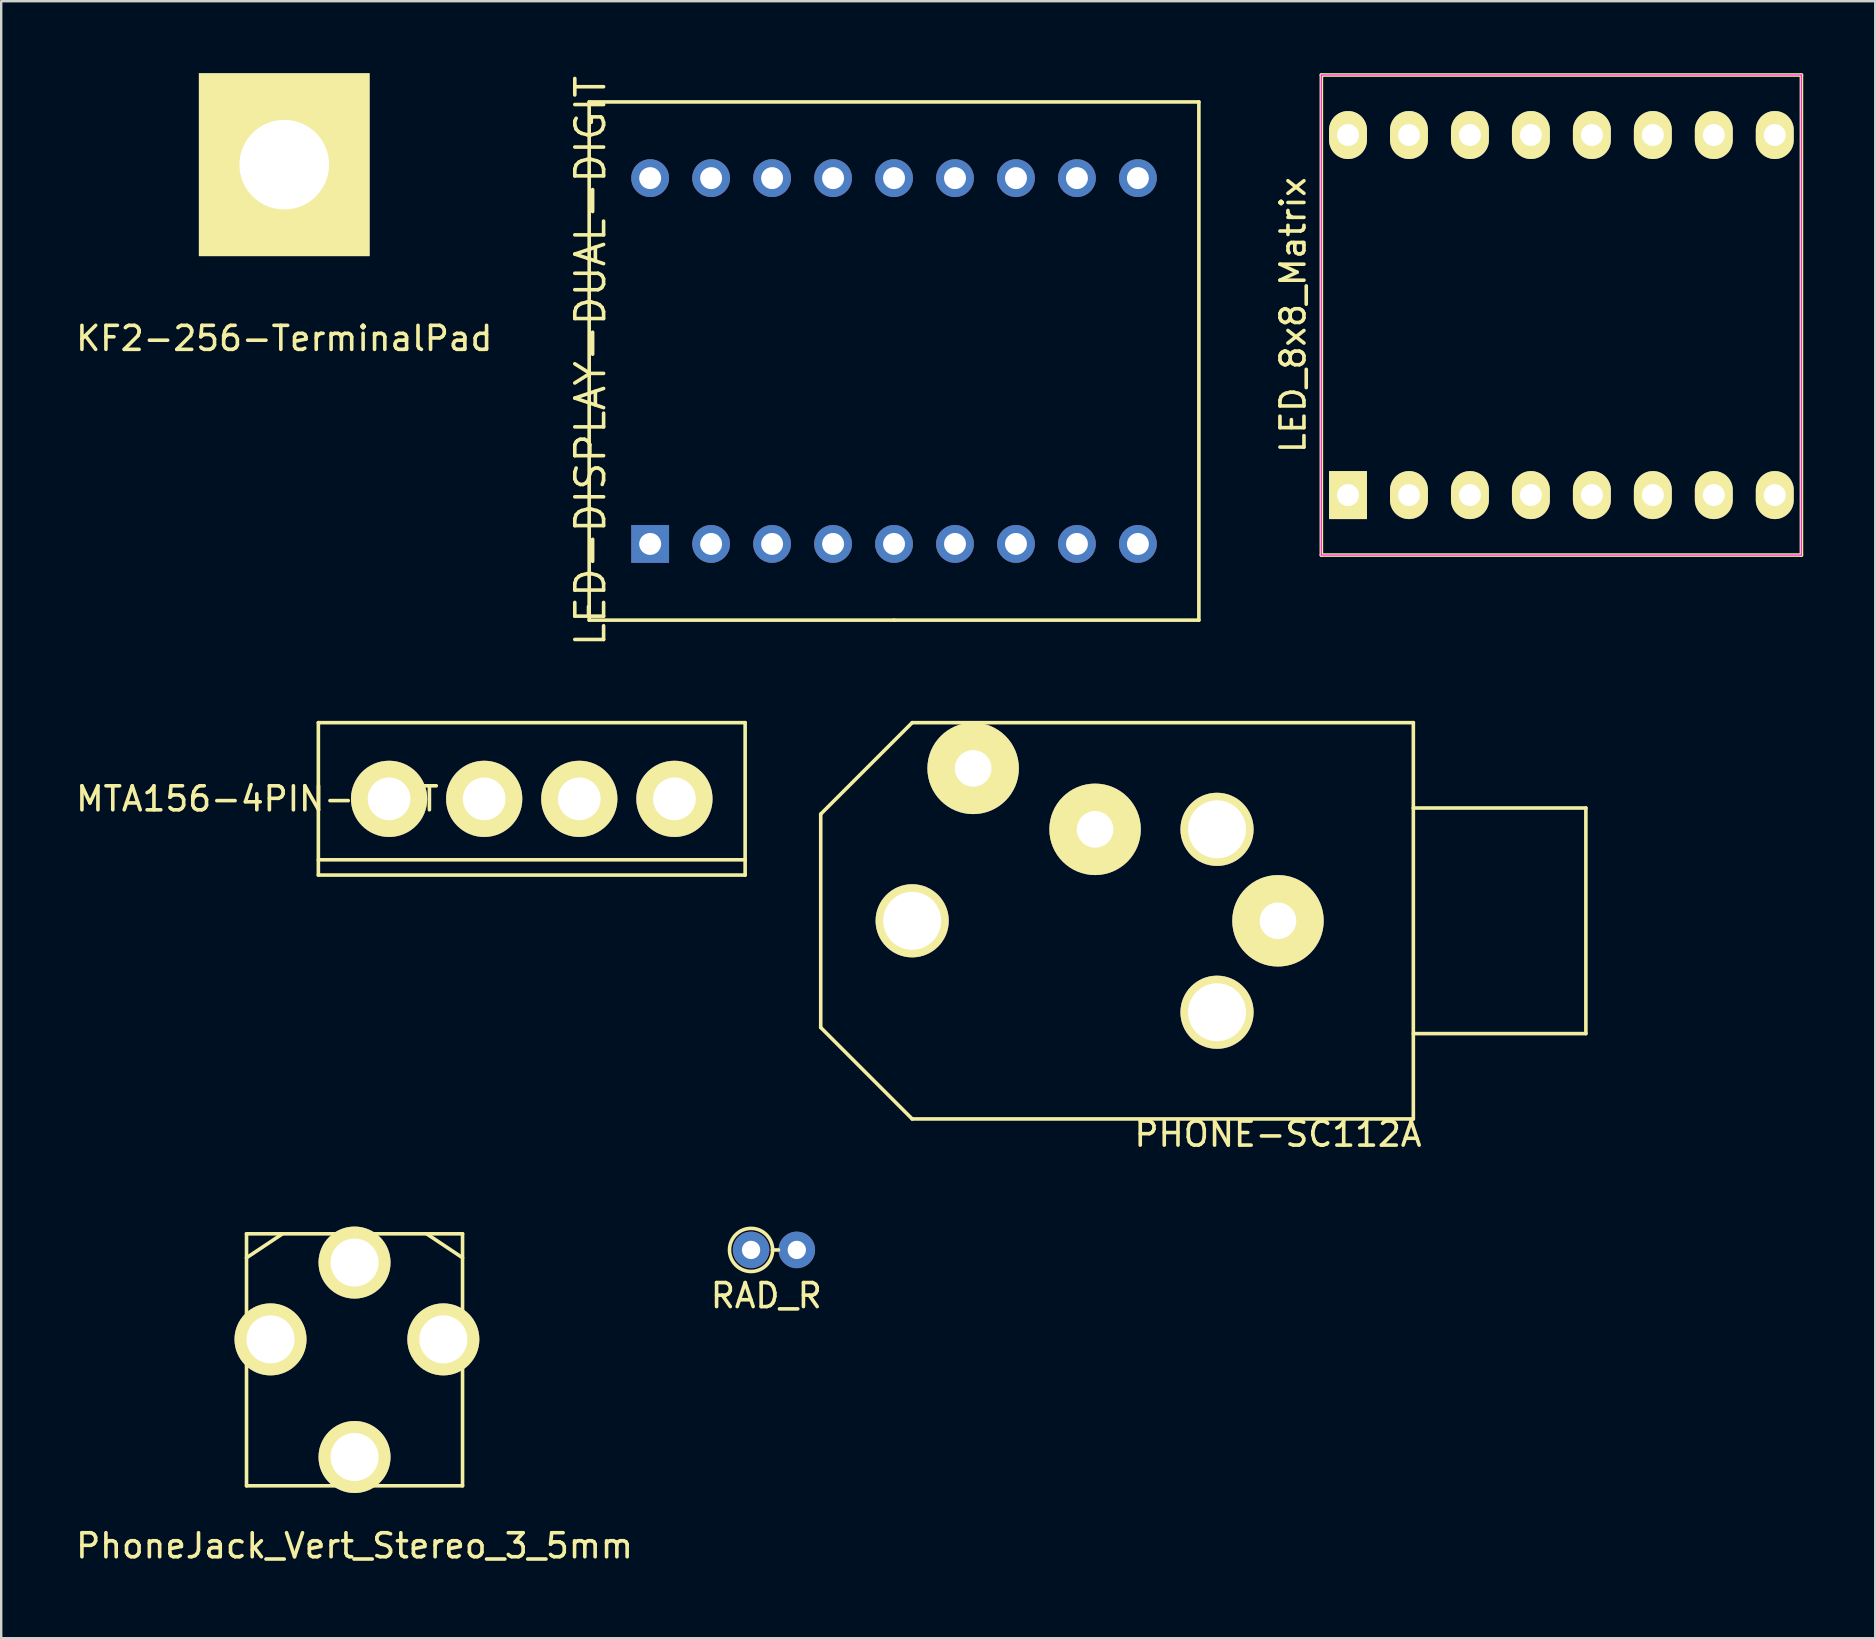
<source format=kicad_pcb>
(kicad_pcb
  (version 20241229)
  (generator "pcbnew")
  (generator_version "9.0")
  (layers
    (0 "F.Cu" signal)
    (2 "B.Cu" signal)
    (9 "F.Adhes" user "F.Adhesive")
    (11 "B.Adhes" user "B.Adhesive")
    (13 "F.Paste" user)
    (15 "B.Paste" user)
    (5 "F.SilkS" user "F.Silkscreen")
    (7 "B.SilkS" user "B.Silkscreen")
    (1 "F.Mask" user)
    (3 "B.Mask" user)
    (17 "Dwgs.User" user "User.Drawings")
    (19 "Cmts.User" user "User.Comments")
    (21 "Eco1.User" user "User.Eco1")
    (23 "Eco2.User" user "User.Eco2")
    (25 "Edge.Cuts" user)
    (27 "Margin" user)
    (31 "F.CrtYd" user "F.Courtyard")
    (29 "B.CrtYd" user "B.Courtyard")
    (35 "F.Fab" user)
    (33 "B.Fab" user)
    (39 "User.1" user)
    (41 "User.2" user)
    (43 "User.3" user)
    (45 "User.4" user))
  (footprint "RAD_R"
    (layer "F.Cu")
    (at 28.24 49.023)
    (property "Reference" "RAD_R" (at 0.635 1.905 0) (layer "F.SilkS") (effects (font (size 1 1) (thickness 0.15))))
    (attr through_hole)
    (fp_line (start 1.143 0) (end 0.889 0) (stroke (width 0.15) (type solid)) (layer "F.SilkS"))
    (fp_circle (center 0 0) (end -0.635 -0.635) (stroke (width 0.15) (type solid)) (fill no) (layer "F.SilkS"))
    (pad "1" thru_hole circle (at 0 0) (size 1.524 1.524) (drill 0.762) (layers "*.Cu" "*.Mask"))
    (pad "2" thru_hole circle (at 1.905 0) (size 1.524 1.524) (drill 0.762) (layers "*.Cu" "*.Mask")))
  (footprint "LED_8x8_Matrix"
    (layer "F.Cu")
    (at 61.999 10.075)
    (property "Reference" "LED_8x8_Matrix" (at -11.18 0 90) (layer "F.SilkS") (effects (font (size 1 1) (thickness 0.15))))
    (attr through_hole)
    (fp_line (start -10 -10) (end -10 10) (stroke (width 0.15) (type solid)) (layer "F.SilkS"))
    (fp_line (start -10 10) (end 10 10) (stroke (width 0.15) (type solid)) (layer "F.SilkS"))
    (fp_line (start 10 -10) (end -10 -10) (stroke (width 0.15) (type solid)) (layer "F.SilkS"))
    (fp_line (start 10 10) (end 10 -10) (stroke (width 0.15) (type solid)) (layer "F.SilkS"))
    (fp_line (start -10 -10) (end 10 -10) (stroke (width 0.05) (type solid)) (layer "F.CrtYd"))
    (fp_line (start -10 10) (end -10 -10) (stroke (width 0.05) (type solid)) (layer "F.CrtYd"))
    (fp_line (start 10 -10) (end 10 10) (stroke (width 0.05) (type solid)) (layer "F.CrtYd"))
    (fp_line (start 10 10) (end -10 10) (stroke (width 0.05) (type solid)) (layer "F.CrtYd"))
    (pad "1" thru_hole rect (at -8.89 7.5) (size 1.58 2) (drill 0.914) (layers "*.Cu" "*.Mask" "F.SilkS"))
    (pad "2" thru_hole oval (at -6.35 7.5) (size 1.58 2) (drill 0.914) (layers "*.Cu" "*.Mask" "F.SilkS"))
    (pad "3" thru_hole oval (at -3.81 7.5) (size 1.58 2) (drill 0.914) (layers "*.Cu" "*.Mask" "F.SilkS"))
    (pad "4" thru_hole oval (at -1.27 7.5) (size 1.58 2) (drill 0.914) (layers "*.Cu" "*.Mask" "F.SilkS"))
    (pad "5" thru_hole oval (at 1.27 7.5) (size 1.58 2) (drill 0.914) (layers "*.Cu" "*.Mask" "F.SilkS"))
    (pad "6" thru_hole oval (at 3.81 7.5) (size 1.58 2) (drill 0.914) (layers "*.Cu" "*.Mask" "F.SilkS"))
    (pad "7" thru_hole oval (at 6.35 7.5) (size 1.58 2) (drill 0.914) (layers "*.Cu" "*.Mask" "F.SilkS"))
    (pad "8" thru_hole oval (at 8.89 7.5) (size 1.58 2) (drill 0.914) (layers "*.Cu" "*.Mask" "F.SilkS"))
    (pad "9" thru_hole oval (at 8.89 -7.5) (size 1.58 2) (drill 0.914) (layers "*.Cu" "*.Mask" "F.SilkS"))
    (pad "10" thru_hole oval (at 6.35 -7.5) (size 1.58 2) (drill 0.914) (layers "*.Cu" "*.Mask" "F.SilkS"))
    (pad "11" thru_hole oval (at 3.81 -7.5) (size 1.58 2) (drill 0.914) (layers "*.Cu" "*.Mask" "F.SilkS"))
    (pad "12" thru_hole oval (at 1.27 -7.5) (size 1.58 2) (drill 0.914) (layers "*.Cu" "*.Mask" "F.SilkS"))
    (pad "13" thru_hole oval (at -1.27 -7.5) (size 1.58 2) (drill 0.914) (layers "*.Cu" "*.Mask" "F.SilkS"))
    (pad "14" thru_hole oval (at -3.81 -7.5) (size 1.58 2) (drill 0.914) (layers "*.Cu" "*.Mask" "F.SilkS"))
    (pad "15" thru_hole oval (at -6.35 -7.5) (size 1.58 2) (drill 0.914) (layers "*.Cu" "*.Mask" "F.SilkS"))
    (pad "16" thru_hole oval (at -8.89 -7.5) (size 1.58 2) (drill 0.914) (layers "*.Cu" "*.Mask" "F.SilkS")))
  (footprint "MTA156-4PIN-VERT"
    (layer "F.Cu")
    (at 19.103 30.231)
    (property "Reference" "MTA156-4PIN-VERT" (at -11.43 0 0) (layer "F.SilkS") (effects (font (size 1 1) (thickness 0.15))))
    (attr through_hole)
    (fp_line (start -8.89 -3.175) (end -8.89 3.175) (stroke (width 0.15) (type solid)) (layer "F.SilkS"))
    (fp_line (start -8.89 2.54) (end 8.89 2.54) (stroke (width 0.15) (type solid)) (layer "F.SilkS"))
    (fp_line (start -8.89 3.175) (end 8.89 3.175) (stroke (width 0.15) (type solid)) (layer "F.SilkS"))
    (fp_line (start 8.89 -3.175) (end -8.89 -3.175) (stroke (width 0.15) (type solid)) (layer "F.SilkS"))
    (fp_line (start 8.89 3.175) (end 8.89 -3.175) (stroke (width 0.15) (type solid)) (layer "F.SilkS"))
    (pad "1" thru_hole circle (at -5.944 0) (size 3.175 3.175) (drill 1.778) (layers "*.Cu" "*.Mask" "F.SilkS"))
    (pad "2" thru_hole circle (at -1.981 0) (size 3.175 3.175) (drill 1.778) (layers "*.Cu" "*.Mask" "F.SilkS"))
    (pad "3" thru_hole circle (at 1.981 0) (size 3.175 3.175) (drill 1.778) (layers "*.Cu" "*.Mask" "F.SilkS"))
    (pad "4" thru_hole circle (at 5.944 0) (size 3.175 3.175) (drill 1.778) (layers "*.Cu" "*.Mask" "F.SilkS")))
  (footprint "LED-DISPLAY-DUAL-DIGIT"
    (layer "F.Cu")
    (at 34.196 11.991)
    (property "Reference" "LED-DISPLAY-DUAL-DIGIT" (at -12.647 0 90) (layer "F.SilkS") (effects (font (size 1.2 1.2) (thickness 0.15))))
    (attr through_hole)
    (fp_line (start -12.7 -10.795) (end -12.7 10.795) (stroke (width 0.15) (type solid)) (layer "F.SilkS"))
    (fp_line (start -12.7 10.795) (end 0 10.795) (stroke (width 0.15) (type solid)) (layer "F.SilkS"))
    (fp_line (start 0 10.795) (end 12.7 10.795) (stroke (width 0.15) (type solid)) (layer "F.SilkS"))
    (fp_line (start 12.7 -10.795) (end -12.7 -10.795) (stroke (width 0.15) (type solid)) (layer "F.SilkS"))
    (fp_line (start 12.7 10.795) (end 12.7 -10.795) (stroke (width 0.15) (type solid)) (layer "F.SilkS"))
    (pad "1" thru_hole rect (at -10.16 7.62) (size 1.575 1.575) (drill 0.914) (layers "*.Cu" "*.Mask"))
    (pad "2" thru_hole circle (at -7.62 7.62) (size 1.575 1.575) (drill 0.914) (layers "*.Cu" "*.Mask"))
    (pad "3" thru_hole circle (at -5.08 7.62) (size 1.575 1.575) (drill 0.914) (layers "*.Cu" "*.Mask"))
    (pad "4" thru_hole circle (at -2.54 7.62) (size 1.575 1.575) (drill 0.914) (layers "*.Cu" "*.Mask"))
    (pad "5" thru_hole circle (at 0 7.62) (size 1.575 1.575) (drill 0.914) (layers "*.Cu" "*.Mask"))
    (pad "6" thru_hole circle (at 2.54 7.62) (size 1.575 1.575) (drill 0.914) (layers "*.Cu" "*.Mask"))
    (pad "7" thru_hole circle (at 5.08 7.62) (size 1.575 1.575) (drill 0.914) (layers "*.Cu" "*.Mask"))
    (pad "8" thru_hole circle (at 7.62 7.62) (size 1.575 1.575) (drill 0.914) (layers "*.Cu" "*.Mask"))
    (pad "9" thru_hole circle (at 10.16 7.62) (size 1.575 1.575) (drill 0.914) (layers "*.Cu" "*.Mask"))
    (pad "10" thru_hole circle (at 10.16 -7.62) (size 1.575 1.575) (drill 0.914) (layers "*.Cu" "*.Mask"))
    (pad "11" thru_hole circle (at 7.62 -7.62) (size 1.575 1.575) (drill 0.914) (layers "*.Cu" "*.Mask"))
    (pad "12" thru_hole circle (at 5.08 -7.62) (size 1.575 1.575) (drill 0.914) (layers "*.Cu" "*.Mask"))
    (pad "13" thru_hole circle (at 2.54 -7.62) (size 1.575 1.575) (drill 0.914) (layers "*.Cu" "*.Mask"))
    (pad "14" thru_hole circle (at 0 -7.62) (size 1.575 1.575) (drill 0.914) (layers "*.Cu" "*.Mask"))
    (pad "15" thru_hole circle (at -2.54 -7.62) (size 1.575 1.575) (drill 0.914) (layers "*.Cu" "*.Mask"))
    (pad "16" thru_hole circle (at -5.08 -7.62) (size 1.575 1.575) (drill 0.914) (layers "*.Cu" "*.Mask"))
    (pad "17" thru_hole circle (at -7.62 -7.62) (size 1.575 1.575) (drill 0.914) (layers "*.Cu" "*.Mask"))
    (pad "18" thru_hole circle (at -10.16 -7.62) (size 1.575 1.575) (drill 0.914) (layers "*.Cu" "*.Mask")))
  (footprint "PHONE-SC112A"
    (layer "F.Cu")
    (at 55.831 35.311)
    (property "Reference" "PHONE-SC112A" (at -5.639 8.89 0) (layer "F.SilkS") (effects (font (size 1 1) (thickness 0.15))))
    (attr through_hole)
    (fp_line (start -24.689 -4.445) (end -20.879 -8.255) (stroke (width 0.15) (type solid)) (layer "F.SilkS"))
    (fp_line (start -24.689 4.445) (end -24.689 -4.445) (stroke (width 0.15) (type solid)) (layer "F.SilkS"))
    (fp_line (start -20.879 -8.255) (end 0 -8.255) (stroke (width 0.15) (type solid)) (layer "F.SilkS"))
    (fp_line (start -20.879 8.255) (end -24.689 4.445) (stroke (width 0.15) (type solid)) (layer "F.SilkS"))
    (fp_line (start 0 -8.255) (end 0 8.255) (stroke (width 0.15) (type solid)) (layer "F.SilkS"))
    (fp_line (start 0 -4.699) (end 7.188 -4.699) (stroke (width 0.15) (type solid)) (layer "F.SilkS"))
    (fp_line (start 0 8.255) (end -20.879 8.255) (stroke (width 0.15) (type solid)) (layer "F.SilkS"))
    (fp_line (start 7.188 -4.699) (end 7.188 4.699) (stroke (width 0.15) (type solid)) (layer "F.SilkS"))
    (fp_line (start 7.188 4.699) (end 0 4.699) (stroke (width 0.15) (type solid)) (layer "F.SilkS"))
    (pad "" thru_hole circle (at -20.879 0) (size 3.048 3.048) (drill 2.413) (layers "*.Cu" "*.Mask" "F.SilkS"))
    (pad "" thru_hole circle (at -8.179 -3.81) (size 3.048 3.048) (drill 2.413) (layers "*.Cu" "*.Mask" "F.SilkS"))
    (pad "" thru_hole circle (at -8.179 3.81) (size 3.048 3.048) (drill 2.413) (layers "*.Cu" "*.Mask" "F.SilkS"))
    (pad "1" thru_hole circle (at -5.639 0) (size 3.81 3.81) (drill 1.524) (layers "*.Cu" "*.Mask" "F.SilkS"))
    (pad "2" thru_hole circle (at -13.259 -3.81) (size 3.81 3.81) (drill 1.524) (layers "*.Cu" "*.Mask" "F.SilkS"))
    (pad "3" thru_hole circle (at -18.339 -6.35) (size 3.81 3.81) (drill 1.524) (layers "*.Cu" "*.Mask" "F.SilkS")))
  (footprint "KF2-256-TerminalPad"
    (layer "F.Cu")
    (at 8.792 8.509)
    (property "Reference" "KF2-256-TerminalPad" (at 0 2.54 0) (layer "F.SilkS") (effects (font (size 1 1) (thickness 0.15))))
    (attr through_hole)
    (pad "1" thru_hole rect (at 0 -4.699) (size 7.112 7.62) (drill 3.734) (layers "*.Cu" "*.Mask" "F.SilkS")))
  (footprint "PhoneJack_Vert_Stereo_3_5mm"
    (layer "F.Cu")
    (at 11.72 53.35)
    (property "Reference" "PhoneJack_Vert_Stereo_3_5mm" (at 0 8 0) (layer "F.SilkS") (effects (font (size 1 1) (thickness 0.15))))
    (attr through_hole)
    (fp_line (start -4.5 -5) (end -4.5 5.5) (stroke (width 0.15) (type solid)) (layer "F.SilkS"))
    (fp_line (start -4.5 5.5) (end 4.5 5.5) (stroke (width 0.15) (type solid)) (layer "F.SilkS"))
    (fp_line (start -3 -5) (end -4.5 -4) (stroke (width 0.15) (type solid)) (layer "F.SilkS"))
    (fp_line (start 3 -5) (end 4.5 -4) (stroke (width 0.15) (type solid)) (layer "F.SilkS"))
    (fp_line (start 4.5 -5) (end -4.5 -5) (stroke (width 0.15) (type solid)) (layer "F.SilkS"))
    (fp_line (start 4.5 0) (end 4.5 -5) (stroke (width 0.15) (type solid)) (layer "F.SilkS"))
    (fp_line (start 4.5 0) (end 4.5 5.5) (stroke (width 0.15) (type solid)) (layer "F.SilkS"))
    (pad "1" thru_hole circle (at 3.7 -0.6) (size 3 3) (drill 2) (layers "*.Cu" "*.Mask" "F.SilkS"))
    (pad "2" thru_hole circle (at -3.5 -0.6) (size 3 3) (drill 2) (layers "*.Cu" "*.Mask" "F.SilkS"))
    (pad "3" thru_hole circle (at 0 4.3) (size 3 3) (drill 2) (layers "*.Cu" "*.Mask" "F.SilkS"))
    (pad "4" thru_hole circle (at 0 -3.8) (size 3 3) (drill 2) (layers "*.Cu" "*.Mask" "F.SilkS")))
  (gr_rect
    (start -3 -3)
    (end 75.074 65.198)
    (stroke (width 0.1) (type default))
    (fill no)
    (layer "Edge.Cuts")))
</source>
